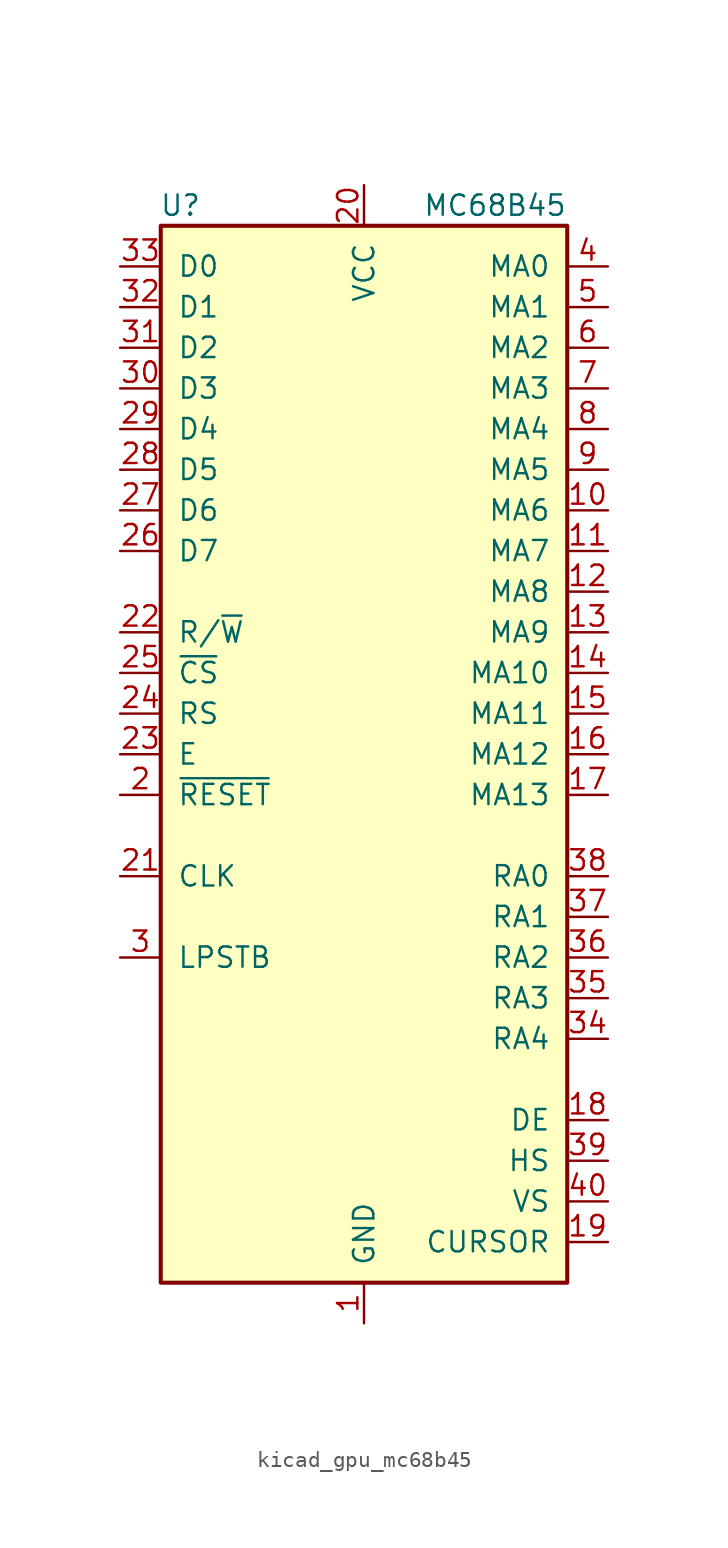
<source format=kicad_sym>
(kicad_symbol_lib
  (version 20220914)
  (generator kicad_symbol_editor)
  (symbol "kicad_gpu_mc68b45"
    (pin_names
      (offset 1.016))
    (property "Reference" "U"
      (at -10.16 34.29 0)
      (effects (font (size 1.27 1.27)) (justify right)))
    (property "Value" "MC68B45"
      (at 12.7 34.29 0)
      (effects (font (size 1.27 1.27)) (justify right)))
    (symbol "kicad_gpu_mc68b45_0_1"
      (rectangle (start -12.7 -33.02) (end 12.7 33.02) (stroke (width 0.254) (type default)) (fill (type background))))
    (symbol "kicad_gpu_mc68b45_1_1"
      (pin power_in line (at 0 -35.56 90) (length 2.54) (name "GND" (effects (font (size 1.27 1.27)))) (number "1" (effects (font (size 1.27 1.27)))))
      (pin output line (at 15.24 15.24 180) (length 2.54) (name "MA6" (effects (font (size 1.27 1.27)))) (number "10" (effects (font (size 1.27 1.27)))))
      (pin output line (at 15.24 12.7 180) (length 2.54) (name "MA7" (effects (font (size 1.27 1.27)))) (number "11" (effects (font (size 1.27 1.27)))))
      (pin output line (at 15.24 10.16 180) (length 2.54) (name "MA8" (effects (font (size 1.27 1.27)))) (number "12" (effects (font (size 1.27 1.27)))))
      (pin output line (at 15.24 7.62 180) (length 2.54) (name "MA9" (effects (font (size 1.27 1.27)))) (number "13" (effects (font (size 1.27 1.27)))))
      (pin output line (at 15.24 5.08 180) (length 2.54) (name "MA10" (effects (font (size 1.27 1.27)))) (number "14" (effects (font (size 1.27 1.27)))))
      (pin output line (at 15.24 2.54 180) (length 2.54) (name "MA11" (effects (font (size 1.27 1.27)))) (number "15" (effects (font (size 1.27 1.27)))))
      (pin output line (at 15.24 0 180) (length 2.54) (name "MA12" (effects (font (size 1.27 1.27)))) (number "16" (effects (font (size 1.27 1.27)))))
      (pin output line (at 15.24 -2.54 180) (length 2.54) (name "MA13" (effects (font (size 1.27 1.27)))) (number "17" (effects (font (size 1.27 1.27)))))
      (pin output line (at 15.24 -22.86 180) (length 2.54) (name "DE" (effects (font (size 1.27 1.27)))) (number "18" (effects (font (size 1.27 1.27)))))
      (pin output line (at 15.24 -30.48 180) (length 2.54) (name "CURSOR" (effects (font (size 1.27 1.27)))) (number "19" (effects (font (size 1.27 1.27)))))
      (pin input line (at -15.24 -2.54 0) (length 2.54) (name "~{RESET}" (effects (font (size 1.27 1.27)))) (number "2" (effects (font (size 1.27 1.27)))))
      (pin power_in line (at 0 35.56 270) (length 2.54) (name "VCC" (effects (font (size 1.27 1.27)))) (number "20" (effects (font (size 1.27 1.27)))))
      (pin input line (at -15.24 -7.62 0) (length 2.54) (name "CLK" (effects (font (size 1.27 1.27)))) (number "21" (effects (font (size 1.27 1.27)))))
      (pin input line (at -15.24 7.62 0) (length 2.54) (name "R/~{W}" (effects (font (size 1.27 1.27)))) (number "22" (effects (font (size 1.27 1.27)))))
      (pin input line (at -15.24 0 0) (length 2.54) (name "E" (effects (font (size 1.27 1.27)))) (number "23" (effects (font (size 1.27 1.27)))))
      (pin input line (at -15.24 2.54 0) (length 2.54) (name "RS" (effects (font (size 1.27 1.27)))) (number "24" (effects (font (size 1.27 1.27)))))
      (pin input line (at -15.24 5.08 0) (length 2.54) (name "~{CS}" (effects (font (size 1.27 1.27)))) (number "25" (effects (font (size 1.27 1.27)))))
      (pin bidirectional line (at -15.24 12.7 0) (length 2.54) (name "D7" (effects (font (size 1.27 1.27)))) (number "26" (effects (font (size 1.27 1.27)))))
      (pin bidirectional line (at -15.24 15.24 0) (length 2.54) (name "D6" (effects (font (size 1.27 1.27)))) (number "27" (effects (font (size 1.27 1.27)))))
      (pin bidirectional line (at -15.24 17.78 0) (length 2.54) (name "D5" (effects (font (size 1.27 1.27)))) (number "28" (effects (font (size 1.27 1.27)))))
      (pin bidirectional line (at -15.24 20.32 0) (length 2.54) (name "D4" (effects (font (size 1.27 1.27)))) (number "29" (effects (font (size 1.27 1.27)))))
      (pin input line (at -15.24 -12.7 0) (length 2.54) (name "LPSTB" (effects (font (size 1.27 1.27)))) (number "3" (effects (font (size 1.27 1.27)))))
      (pin bidirectional line (at -15.24 22.86 0) (length 2.54) (name "D3" (effects (font (size 1.27 1.27)))) (number "30" (effects (font (size 1.27 1.27)))))
      (pin bidirectional line (at -15.24 25.4 0) (length 2.54) (name "D2" (effects (font (size 1.27 1.27)))) (number "31" (effects (font (size 1.27 1.27)))))
      (pin bidirectional line (at -15.24 27.94 0) (length 2.54) (name "D1" (effects (font (size 1.27 1.27)))) (number "32" (effects (font (size 1.27 1.27)))))
      (pin bidirectional line (at -15.24 30.48 0) (length 2.54) (name "D0" (effects (font (size 1.27 1.27)))) (number "33" (effects (font (size 1.27 1.27)))))
      (pin output line (at 15.24 -17.78 180) (length 2.54) (name "RA4" (effects (font (size 1.27 1.27)))) (number "34" (effects (font (size 1.27 1.27)))))
      (pin output line (at 15.24 -15.24 180) (length 2.54) (name "RA3" (effects (font (size 1.27 1.27)))) (number "35" (effects (font (size 1.27 1.27)))))
      (pin output line (at 15.24 -12.7 180) (length 2.54) (name "RA2" (effects (font (size 1.27 1.27)))) (number "36" (effects (font (size 1.27 1.27)))))
      (pin output line (at 15.24 -10.16 180) (length 2.54) (name "RA1" (effects (font (size 1.27 1.27)))) (number "37" (effects (font (size 1.27 1.27)))))
      (pin output line (at 15.24 -7.62 180) (length 2.54) (name "RA0" (effects (font (size 1.27 1.27)))) (number "38" (effects (font (size 1.27 1.27)))))
      (pin output line (at 15.24 -25.4 180) (length 2.54) (name "HS" (effects (font (size 1.27 1.27)))) (number "39" (effects (font (size 1.27 1.27)))))
      (pin output line (at 15.24 30.48 180) (length 2.54) (name "MA0" (effects (font (size 1.27 1.27)))) (number "4" (effects (font (size 1.27 1.27)))))
      (pin output line (at 15.24 -27.94 180) (length 2.54) (name "VS" (effects (font (size 1.27 1.27)))) (number "40" (effects (font (size 1.27 1.27)))))
      (pin output line (at 15.24 27.94 180) (length 2.54) (name "MA1" (effects (font (size 1.27 1.27)))) (number "5" (effects (font (size 1.27 1.27)))))
      (pin output line (at 15.24 25.4 180) (length 2.54) (name "MA2" (effects (font (size 1.27 1.27)))) (number "6" (effects (font (size 1.27 1.27)))))
      (pin output line (at 15.24 22.86 180) (length 2.54) (name "MA3" (effects (font (size 1.27 1.27)))) (number "7" (effects (font (size 1.27 1.27)))))
      (pin output line (at 15.24 20.32 180) (length 2.54) (name "MA4" (effects (font (size 1.27 1.27)))) (number "8" (effects (font (size 1.27 1.27)))))
      (pin output line (at 15.24 17.78 180) (length 2.54) (name "MA5" (effects (font (size 1.27 1.27)))) (number "9" (effects (font (size 1.27 1.27))))))))
</source>
